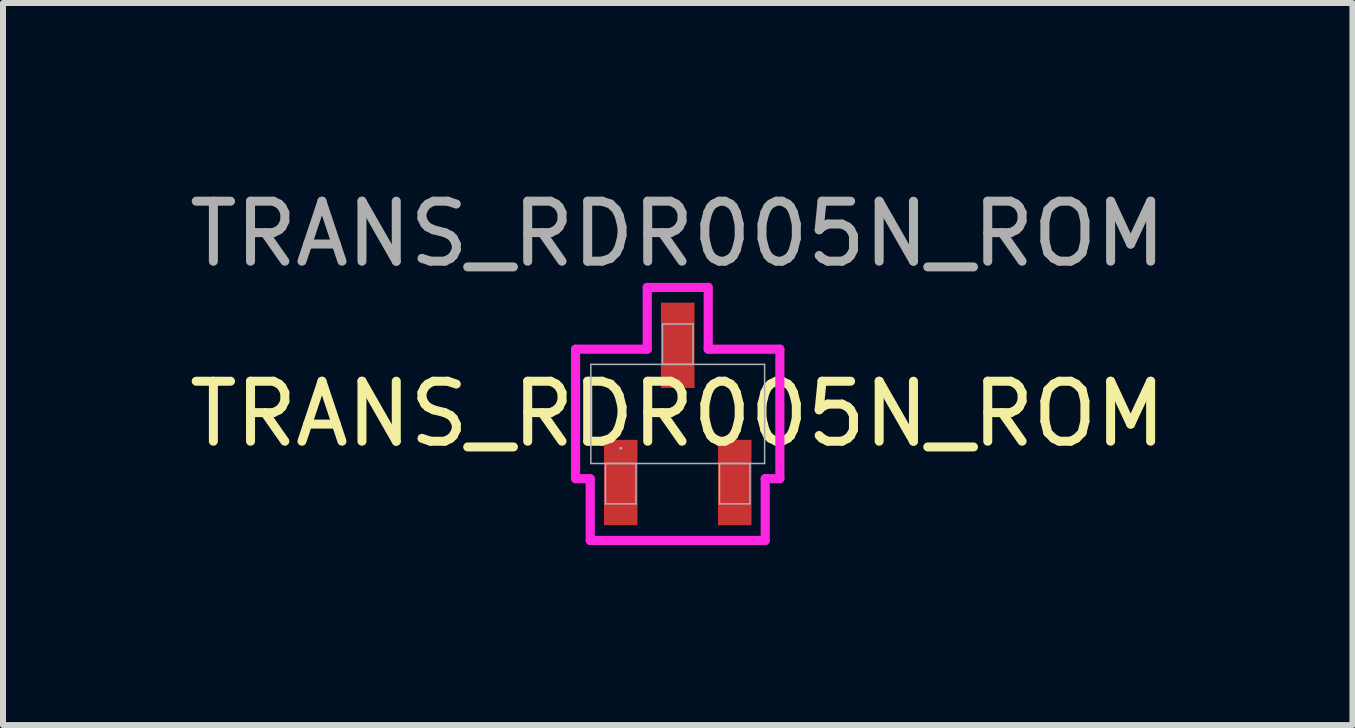
<source format=kicad_pcb>
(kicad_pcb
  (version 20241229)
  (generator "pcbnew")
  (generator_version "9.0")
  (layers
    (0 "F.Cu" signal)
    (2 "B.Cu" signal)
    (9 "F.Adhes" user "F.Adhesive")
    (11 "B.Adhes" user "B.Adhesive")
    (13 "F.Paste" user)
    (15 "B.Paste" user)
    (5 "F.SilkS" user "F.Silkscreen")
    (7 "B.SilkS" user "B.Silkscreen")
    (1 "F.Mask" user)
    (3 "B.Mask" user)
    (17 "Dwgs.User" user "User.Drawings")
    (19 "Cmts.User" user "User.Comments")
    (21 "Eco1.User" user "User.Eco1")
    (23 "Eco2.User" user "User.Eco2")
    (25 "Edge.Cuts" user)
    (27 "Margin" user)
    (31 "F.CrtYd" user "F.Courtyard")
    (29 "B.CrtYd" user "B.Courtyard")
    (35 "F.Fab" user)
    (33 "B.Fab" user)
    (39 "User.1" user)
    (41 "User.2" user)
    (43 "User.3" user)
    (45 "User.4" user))
  (footprint "TRANS_RDR005N_ROM"
    (layer "F.Cu")
    (at 8.244 3.848)
    (property "Reference" "TRANS_RDR005N_ROM" (at 0 0 0) (unlocked yes) (layer "F.SilkS") (effects (font (size 1 1) (thickness 0.15))))
    (attr smd)
    (fp_line (start -1.702 -1.079) (end -0.508 -1.079) (stroke (width 0.152) (type solid)) (layer "F.CrtYd"))
    (fp_line (start -1.702 1.079) (end -1.702 -1.079) (stroke (width 0.152) (type solid)) (layer "F.CrtYd"))
    (fp_line (start -1.702 1.079) (end -1.458 1.079) (stroke (width 0.152) (type solid)) (layer "F.CrtYd"))
    (fp_line (start -1.458 1.079) (end -1.458 2.108) (stroke (width 0.152) (type solid)) (layer "F.CrtYd"))
    (fp_line (start -1.458 2.108) (end 1.458 2.108) (stroke (width 0.152) (type solid)) (layer "F.CrtYd"))
    (fp_line (start -0.508 -2.108) (end 0.508 -2.108) (stroke (width 0.152) (type solid)) (layer "F.CrtYd"))
    (fp_line (start -0.508 -1.079) (end -0.508 -2.108) (stroke (width 0.152) (type solid)) (layer "F.CrtYd"))
    (fp_line (start 0.508 -1.079) (end 0.508 -2.108) (stroke (width 0.152) (type solid)) (layer "F.CrtYd"))
    (fp_line (start 1.458 1.079) (end 1.458 2.108) (stroke (width 0.152) (type solid)) (layer "F.CrtYd"))
    (fp_line (start 1.702 -1.079) (end 0.508 -1.079) (stroke (width 0.152) (type solid)) (layer "F.CrtYd"))
    (fp_line (start 1.702 -1.079) (end 1.702 1.079) (stroke (width 0.152) (type solid)) (layer "F.CrtYd"))
    (fp_line (start 1.702 1.079) (end 1.458 1.079) (stroke (width 0.152) (type solid)) (layer "F.CrtYd"))
    (fp_line (start -1.448 -0.826) (end -1.448 0.826) (stroke (width 0.025) (type solid)) (layer "F.Fab"))
    (fp_line (start -1.448 0.826) (end 1.448 0.826) (stroke (width 0.025) (type solid)) (layer "F.Fab"))
    (fp_line (start -1.204 0.826) (end -1.204 1.499) (stroke (width 0.025) (type solid)) (layer "F.Fab"))
    (fp_line (start -1.204 1.499) (end -0.696 1.499) (stroke (width 0.025) (type solid)) (layer "F.Fab"))
    (fp_line (start -0.696 0.826) (end -1.204 0.826) (stroke (width 0.025) (type solid)) (layer "F.Fab"))
    (fp_line (start -0.696 1.499) (end -0.696 0.826) (stroke (width 0.025) (type solid)) (layer "F.Fab"))
    (fp_line (start -0.254 -1.499) (end -0.254 -0.826) (stroke (width 0.025) (type solid)) (layer "F.Fab"))
    (fp_line (start -0.254 -0.826) (end 0.254 -0.826) (stroke (width 0.025) (type solid)) (layer "F.Fab"))
    (fp_line (start 0.254 -1.499) (end -0.254 -1.499) (stroke (width 0.025) (type solid)) (layer "F.Fab"))
    (fp_line (start 0.254 -0.826) (end 0.254 -1.499) (stroke (width 0.025) (type solid)) (layer "F.Fab"))
    (fp_line (start 0.696 0.826) (end 0.696 1.499) (stroke (width 0.025) (type solid)) (layer "F.Fab"))
    (fp_line (start 0.696 1.499) (end 1.204 1.499) (stroke (width 0.025) (type solid)) (layer "F.Fab"))
    (fp_line (start 1.204 0.826) (end 0.696 0.826) (stroke (width 0.025) (type solid)) (layer "F.Fab"))
    (fp_line (start 1.204 1.499) (end 1.204 0.826) (stroke (width 0.025) (type solid)) (layer "F.Fab"))
    (fp_line (start 1.448 -0.826) (end -1.448 -0.826) (stroke (width 0.025) (type solid)) (layer "F.Fab"))
    (fp_line (start 1.448 0.826) (end 1.448 -0.826) (stroke (width 0.025) (type solid)) (layer "F.Fab"))
    (fp_circle (center -0.95 0.572) (end -0.95 0.572) (stroke (width 0.025) (type solid)) (fill no) (layer "F.Fab"))
    (fp_text user "${REFERENCE}" (at 0 -3 0) (unlocked yes) (layer "F.Fab") (effects (font (size 1 1) (thickness 0.15))))
    (pad "1" smd rect (at -0.95 1.143) (size 0.559 1.422) (layers "F.Cu" "F.Mask" "F.Paste"))
    (pad "2" smd rect (at 0.95 1.143) (size 0.559 1.422) (layers "F.Cu" "F.Mask" "F.Paste"))
    (pad "3" smd rect (at 0 -1.143) (size 0.559 1.422) (layers "F.Cu" "F.Mask" "F.Paste")))
  (gr_rect
    (start -3 -3)
    (end 19.488 9.033)
    (stroke (width 0.1) (type default))
    (fill no)
    (layer "Edge.Cuts")))
</source>
